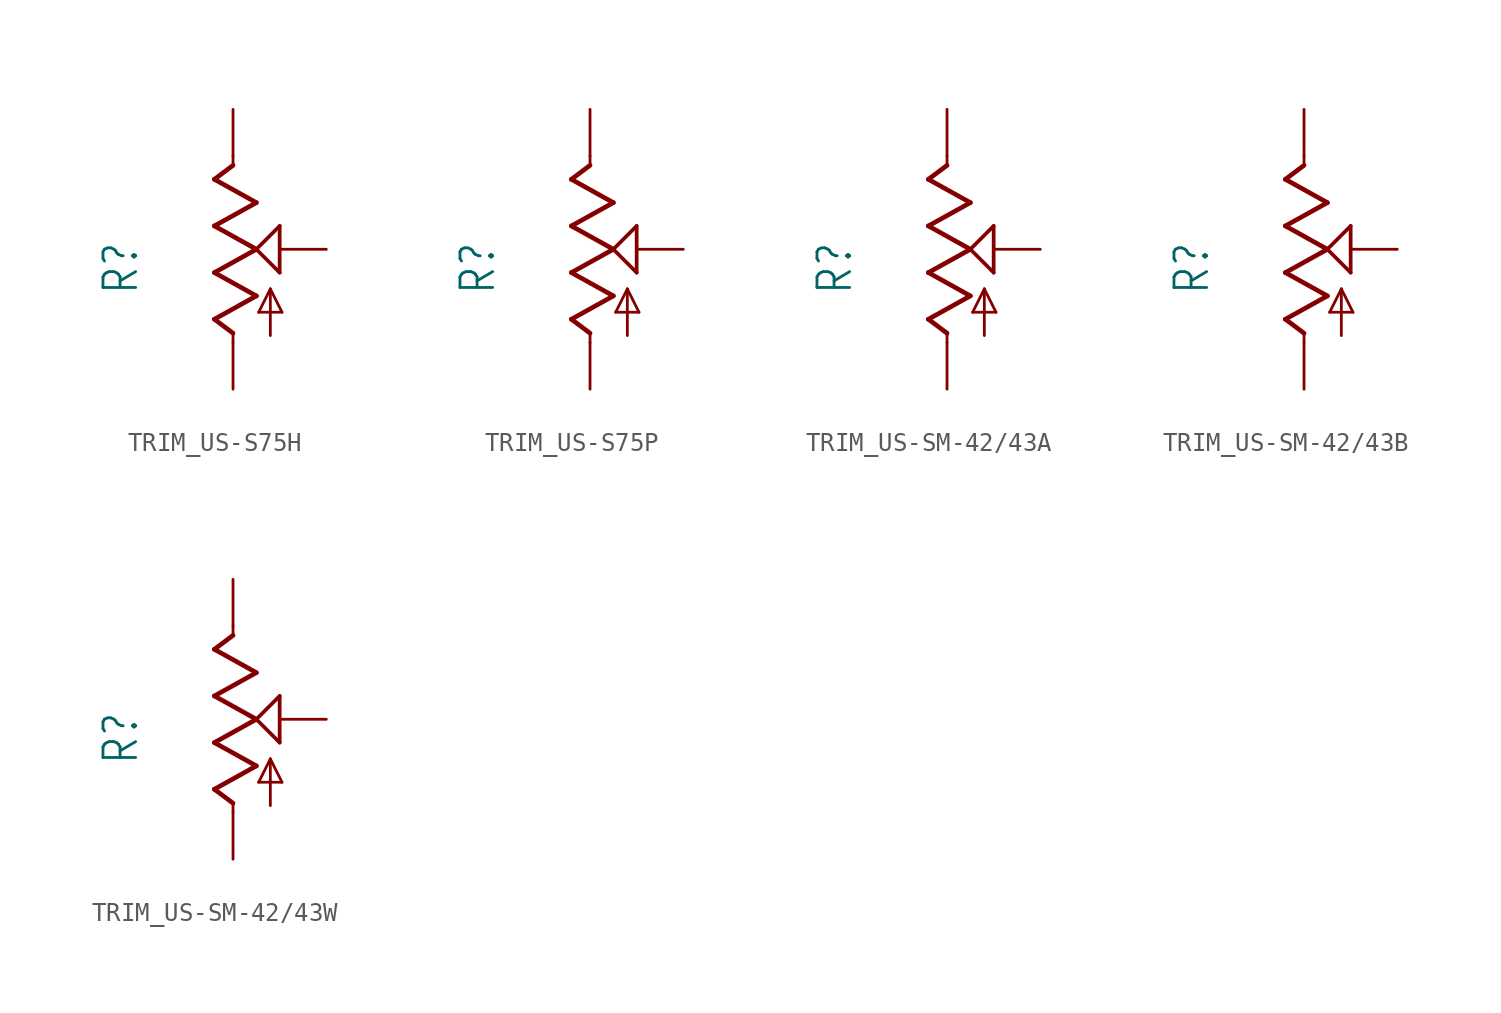
<source format=kicad_sym>
(kicad_symbol_lib
  (version 20231120)
  (generator "kicad_symbol_editor")
  (generator_version "8.0")
  (symbol "TRIM_US-S75H"
    (property "Reference" "R"
      (at -5.08 -2.54 90)
      (effects (font (size 1.778 1.511)) (justify left bottom)))
    (property "Value" ""
      (at -2.54 -2.54 90)
      (effects (font (size 1.778 1.511)) (justify left bottom)))
    (property "ki_locked" ""
      (at 0 0 0)
      (effects (font (size 1.27 1.27))))
    (symbol "TRIM_US-S75H_1_0"
      (polyline (pts (xy -1.016 -3.81) (xy 1.27 -2.54)) (stroke (width 0.254) (type solid)) (fill (type none)))
      (polyline (pts (xy -1.016 -1.27) (xy 1.27 0)) (stroke (width 0.254) (type solid)) (fill (type none)))
      (polyline (pts (xy -1.016 1.27) (xy 1.27 2.54)) (stroke (width 0.254) (type solid)) (fill (type none)))
      (polyline (pts (xy -1.016 3.81) (xy 0 4.572)) (stroke (width 0.254) (type solid)) (fill (type none)))
      (polyline (pts (xy 0 -5.08) (xy 0 -4.572)) (stroke (width 0.152) (type solid)) (fill (type none)))
      (polyline (pts (xy 0 -4.572) (xy -1.016 -3.81)) (stroke (width 0.254) (type solid)) (fill (type none)))
      (polyline (pts (xy 0 4.572) (xy 0 5.08)) (stroke (width 0.152) (type solid)) (fill (type none)))
      (polyline (pts (xy 1.27 -2.54) (xy -1.016 -1.27)) (stroke (width 0.254) (type solid)) (fill (type none)))
      (polyline (pts (xy 1.27 0) (xy -1.016 1.27)) (stroke (width 0.254) (type solid)) (fill (type none)))
      (polyline (pts (xy 1.27 0) (xy 2.54 1.27)) (stroke (width 0.203) (type solid)) (fill (type none)))
      (polyline (pts (xy 1.27 2.54) (xy -1.016 3.81)) (stroke (width 0.254) (type solid)) (fill (type none)))
      (polyline (pts (xy 1.397 -3.429) (xy 2.032 -2.159)) (stroke (width 0.152) (type solid)) (fill (type none)))
      (polyline (pts (xy 2.032 -4.699) (xy 2.032 -2.159)) (stroke (width 0.152) (type solid)) (fill (type none)))
      (polyline (pts (xy 2.032 -2.159) (xy 2.667 -3.429)) (stroke (width 0.152) (type solid)) (fill (type none)))
      (polyline (pts (xy 2.54 -1.27) (xy 1.27 0)) (stroke (width 0.203) (type solid)) (fill (type none)))
      (polyline (pts (xy 2.54 1.27) (xy 2.54 -1.27)) (stroke (width 0.203) (type solid)) (fill (type none)))
      (polyline (pts (xy 2.667 -3.429) (xy 1.397 -3.429)) (stroke (width 0.152) (type solid)) (fill (type none)))
      (pin passive line (at 0 -7.62 90) (length 2.54) (name "A" (effects (font (size 0 0)))) (number "A" (effects (font (size 0 0)))))
      (pin passive line (at 0 7.62 270) (length 2.54) (name "E" (effects (font (size 0 0)))) (number "E" (effects (font (size 0 0)))))
      (pin passive line (at 5.08 0 180) (length 2.54) (name "S" (effects (font (size 0 0)))) (number "S" (effects (font (size 0 0)))))))
  (symbol "TRIM_US-S75P"
    (property "Reference" "R"
      (at -5.08 -2.54 90)
      (effects (font (size 1.778 1.511)) (justify left bottom)))
    (property "Value" ""
      (at -2.54 -2.54 90)
      (effects (font (size 1.778 1.511)) (justify left bottom)))
    (property "ki_locked" ""
      (at 0 0 0)
      (effects (font (size 1.27 1.27))))
    (symbol "TRIM_US-S75P_1_0"
      (polyline (pts (xy -1.016 -3.81) (xy 1.27 -2.54)) (stroke (width 0.254) (type solid)) (fill (type none)))
      (polyline (pts (xy -1.016 -1.27) (xy 1.27 0)) (stroke (width 0.254) (type solid)) (fill (type none)))
      (polyline (pts (xy -1.016 1.27) (xy 1.27 2.54)) (stroke (width 0.254) (type solid)) (fill (type none)))
      (polyline (pts (xy -1.016 3.81) (xy 0 4.572)) (stroke (width 0.254) (type solid)) (fill (type none)))
      (polyline (pts (xy 0 -5.08) (xy 0 -4.572)) (stroke (width 0.152) (type solid)) (fill (type none)))
      (polyline (pts (xy 0 -4.572) (xy -1.016 -3.81)) (stroke (width 0.254) (type solid)) (fill (type none)))
      (polyline (pts (xy 0 4.572) (xy 0 5.08)) (stroke (width 0.152) (type solid)) (fill (type none)))
      (polyline (pts (xy 1.27 -2.54) (xy -1.016 -1.27)) (stroke (width 0.254) (type solid)) (fill (type none)))
      (polyline (pts (xy 1.27 0) (xy -1.016 1.27)) (stroke (width 0.254) (type solid)) (fill (type none)))
      (polyline (pts (xy 1.27 0) (xy 2.54 1.27)) (stroke (width 0.203) (type solid)) (fill (type none)))
      (polyline (pts (xy 1.27 2.54) (xy -1.016 3.81)) (stroke (width 0.254) (type solid)) (fill (type none)))
      (polyline (pts (xy 1.397 -3.429) (xy 2.032 -2.159)) (stroke (width 0.152) (type solid)) (fill (type none)))
      (polyline (pts (xy 2.032 -4.699) (xy 2.032 -2.159)) (stroke (width 0.152) (type solid)) (fill (type none)))
      (polyline (pts (xy 2.032 -2.159) (xy 2.667 -3.429)) (stroke (width 0.152) (type solid)) (fill (type none)))
      (polyline (pts (xy 2.54 -1.27) (xy 1.27 0)) (stroke (width 0.203) (type solid)) (fill (type none)))
      (polyline (pts (xy 2.54 1.27) (xy 2.54 -1.27)) (stroke (width 0.203) (type solid)) (fill (type none)))
      (polyline (pts (xy 2.667 -3.429) (xy 1.397 -3.429)) (stroke (width 0.152) (type solid)) (fill (type none)))
      (pin passive line (at 0 -7.62 90) (length 2.54) (name "A" (effects (font (size 0 0)))) (number "A" (effects (font (size 0 0)))))
      (pin passive line (at 0 7.62 270) (length 2.54) (name "E" (effects (font (size 0 0)))) (number "E" (effects (font (size 0 0)))))
      (pin passive line (at 5.08 0 180) (length 2.54) (name "S" (effects (font (size 0 0)))) (number "S" (effects (font (size 0 0)))))))
  (symbol "TRIM_US-SM-42/43A"
    (property "Reference" "R"
      (at -5.08 -2.54 90)
      (effects (font (size 1.778 1.511)) (justify left bottom)))
    (property "Value" ""
      (at -2.54 -2.54 90)
      (effects (font (size 1.778 1.511)) (justify left bottom)))
    (property "ki_locked" ""
      (at 0 0 0)
      (effects (font (size 1.27 1.27))))
    (symbol "TRIM_US-SM-42/43A_1_0"
      (polyline (pts (xy -1.016 -3.81) (xy 1.27 -2.54)) (stroke (width 0.254) (type solid)) (fill (type none)))
      (polyline (pts (xy -1.016 -1.27) (xy 1.27 0)) (stroke (width 0.254) (type solid)) (fill (type none)))
      (polyline (pts (xy -1.016 1.27) (xy 1.27 2.54)) (stroke (width 0.254) (type solid)) (fill (type none)))
      (polyline (pts (xy -1.016 3.81) (xy 0 4.572)) (stroke (width 0.254) (type solid)) (fill (type none)))
      (polyline (pts (xy 0 -5.08) (xy 0 -4.572)) (stroke (width 0.152) (type solid)) (fill (type none)))
      (polyline (pts (xy 0 -4.572) (xy -1.016 -3.81)) (stroke (width 0.254) (type solid)) (fill (type none)))
      (polyline (pts (xy 0 4.572) (xy 0 5.08)) (stroke (width 0.152) (type solid)) (fill (type none)))
      (polyline (pts (xy 1.27 -2.54) (xy -1.016 -1.27)) (stroke (width 0.254) (type solid)) (fill (type none)))
      (polyline (pts (xy 1.27 0) (xy -1.016 1.27)) (stroke (width 0.254) (type solid)) (fill (type none)))
      (polyline (pts (xy 1.27 0) (xy 2.54 1.27)) (stroke (width 0.203) (type solid)) (fill (type none)))
      (polyline (pts (xy 1.27 2.54) (xy -1.016 3.81)) (stroke (width 0.254) (type solid)) (fill (type none)))
      (polyline (pts (xy 1.397 -3.429) (xy 2.032 -2.159)) (stroke (width 0.152) (type solid)) (fill (type none)))
      (polyline (pts (xy 2.032 -4.699) (xy 2.032 -2.159)) (stroke (width 0.152) (type solid)) (fill (type none)))
      (polyline (pts (xy 2.032 -2.159) (xy 2.667 -3.429)) (stroke (width 0.152) (type solid)) (fill (type none)))
      (polyline (pts (xy 2.54 -1.27) (xy 1.27 0)) (stroke (width 0.203) (type solid)) (fill (type none)))
      (polyline (pts (xy 2.54 1.27) (xy 2.54 -1.27)) (stroke (width 0.203) (type solid)) (fill (type none)))
      (polyline (pts (xy 2.667 -3.429) (xy 1.397 -3.429)) (stroke (width 0.152) (type solid)) (fill (type none)))
      (pin passive line (at 0 -7.62 90) (length 2.54) (name "A" (effects (font (size 0 0)))) (number "1" (effects (font (size 0 0)))))
      (pin passive line (at 5.08 0 180) (length 2.54) (name "S" (effects (font (size 0 0)))) (number "2" (effects (font (size 0 0)))))
      (pin passive line (at 0 7.62 270) (length 2.54) (name "E" (effects (font (size 0 0)))) (number "3" (effects (font (size 0 0)))))))
  (symbol "TRIM_US-SM-42/43B"
    (property "Reference" "R"
      (at -5.08 -2.54 90)
      (effects (font (size 1.778 1.511)) (justify left bottom)))
    (property "Value" ""
      (at -2.54 -2.54 90)
      (effects (font (size 1.778 1.511)) (justify left bottom)))
    (property "ki_locked" ""
      (at 0 0 0)
      (effects (font (size 1.27 1.27))))
    (symbol "TRIM_US-SM-42/43B_1_0"
      (polyline (pts (xy -1.016 -3.81) (xy 1.27 -2.54)) (stroke (width 0.254) (type solid)) (fill (type none)))
      (polyline (pts (xy -1.016 -1.27) (xy 1.27 0)) (stroke (width 0.254) (type solid)) (fill (type none)))
      (polyline (pts (xy -1.016 1.27) (xy 1.27 2.54)) (stroke (width 0.254) (type solid)) (fill (type none)))
      (polyline (pts (xy -1.016 3.81) (xy 0 4.572)) (stroke (width 0.254) (type solid)) (fill (type none)))
      (polyline (pts (xy 0 -5.08) (xy 0 -4.572)) (stroke (width 0.152) (type solid)) (fill (type none)))
      (polyline (pts (xy 0 -4.572) (xy -1.016 -3.81)) (stroke (width 0.254) (type solid)) (fill (type none)))
      (polyline (pts (xy 0 4.572) (xy 0 5.08)) (stroke (width 0.152) (type solid)) (fill (type none)))
      (polyline (pts (xy 1.27 -2.54) (xy -1.016 -1.27)) (stroke (width 0.254) (type solid)) (fill (type none)))
      (polyline (pts (xy 1.27 0) (xy -1.016 1.27)) (stroke (width 0.254) (type solid)) (fill (type none)))
      (polyline (pts (xy 1.27 0) (xy 2.54 1.27)) (stroke (width 0.203) (type solid)) (fill (type none)))
      (polyline (pts (xy 1.27 2.54) (xy -1.016 3.81)) (stroke (width 0.254) (type solid)) (fill (type none)))
      (polyline (pts (xy 1.397 -3.429) (xy 2.032 -2.159)) (stroke (width 0.152) (type solid)) (fill (type none)))
      (polyline (pts (xy 2.032 -4.699) (xy 2.032 -2.159)) (stroke (width 0.152) (type solid)) (fill (type none)))
      (polyline (pts (xy 2.032 -2.159) (xy 2.667 -3.429)) (stroke (width 0.152) (type solid)) (fill (type none)))
      (polyline (pts (xy 2.54 -1.27) (xy 1.27 0)) (stroke (width 0.203) (type solid)) (fill (type none)))
      (polyline (pts (xy 2.54 1.27) (xy 2.54 -1.27)) (stroke (width 0.203) (type solid)) (fill (type none)))
      (polyline (pts (xy 2.667 -3.429) (xy 1.397 -3.429)) (stroke (width 0.152) (type solid)) (fill (type none)))
      (pin passive line (at 0 -7.62 90) (length 2.54) (name "A" (effects (font (size 0 0)))) (number "1" (effects (font (size 0 0)))))
      (pin passive line (at 5.08 0 180) (length 2.54) (name "S" (effects (font (size 0 0)))) (number "2" (effects (font (size 0 0)))))
      (pin passive line (at 0 7.62 270) (length 2.54) (name "E" (effects (font (size 0 0)))) (number "3" (effects (font (size 0 0)))))))
  (symbol "TRIM_US-SM-42/43W"
    (property "Reference" "R"
      (at -5.08 -2.54 90)
      (effects (font (size 1.778 1.511)) (justify left bottom)))
    (property "Value" ""
      (at -2.54 -2.54 90)
      (effects (font (size 1.778 1.511)) (justify left bottom)))
    (property "ki_locked" ""
      (at 0 0 0)
      (effects (font (size 1.27 1.27))))
    (symbol "TRIM_US-SM-42/43W_1_0"
      (polyline (pts (xy -1.016 -3.81) (xy 1.27 -2.54)) (stroke (width 0.254) (type solid)) (fill (type none)))
      (polyline (pts (xy -1.016 -1.27) (xy 1.27 0)) (stroke (width 0.254) (type solid)) (fill (type none)))
      (polyline (pts (xy -1.016 1.27) (xy 1.27 2.54)) (stroke (width 0.254) (type solid)) (fill (type none)))
      (polyline (pts (xy -1.016 3.81) (xy 0 4.572)) (stroke (width 0.254) (type solid)) (fill (type none)))
      (polyline (pts (xy 0 -5.08) (xy 0 -4.572)) (stroke (width 0.152) (type solid)) (fill (type none)))
      (polyline (pts (xy 0 -4.572) (xy -1.016 -3.81)) (stroke (width 0.254) (type solid)) (fill (type none)))
      (polyline (pts (xy 0 4.572) (xy 0 5.08)) (stroke (width 0.152) (type solid)) (fill (type none)))
      (polyline (pts (xy 1.27 -2.54) (xy -1.016 -1.27)) (stroke (width 0.254) (type solid)) (fill (type none)))
      (polyline (pts (xy 1.27 0) (xy -1.016 1.27)) (stroke (width 0.254) (type solid)) (fill (type none)))
      (polyline (pts (xy 1.27 0) (xy 2.54 1.27)) (stroke (width 0.203) (type solid)) (fill (type none)))
      (polyline (pts (xy 1.27 2.54) (xy -1.016 3.81)) (stroke (width 0.254) (type solid)) (fill (type none)))
      (polyline (pts (xy 1.397 -3.429) (xy 2.032 -2.159)) (stroke (width 0.152) (type solid)) (fill (type none)))
      (polyline (pts (xy 2.032 -4.699) (xy 2.032 -2.159)) (stroke (width 0.152) (type solid)) (fill (type none)))
      (polyline (pts (xy 2.032 -2.159) (xy 2.667 -3.429)) (stroke (width 0.152) (type solid)) (fill (type none)))
      (polyline (pts (xy 2.54 -1.27) (xy 1.27 0)) (stroke (width 0.203) (type solid)) (fill (type none)))
      (polyline (pts (xy 2.54 1.27) (xy 2.54 -1.27)) (stroke (width 0.203) (type solid)) (fill (type none)))
      (polyline (pts (xy 2.667 -3.429) (xy 1.397 -3.429)) (stroke (width 0.152) (type solid)) (fill (type none)))
      (pin passive line (at 0 -7.62 90) (length 2.54) (name "A" (effects (font (size 0 0)))) (number "1" (effects (font (size 0 0)))))
      (pin passive line (at 5.08 0 180) (length 2.54) (name "S" (effects (font (size 0 0)))) (number "2" (effects (font (size 0 0)))))
      (pin passive line (at 0 7.62 270) (length 2.54) (name "E" (effects (font (size 0 0)))) (number "3" (effects (font (size 0 0))))))))
</source>
